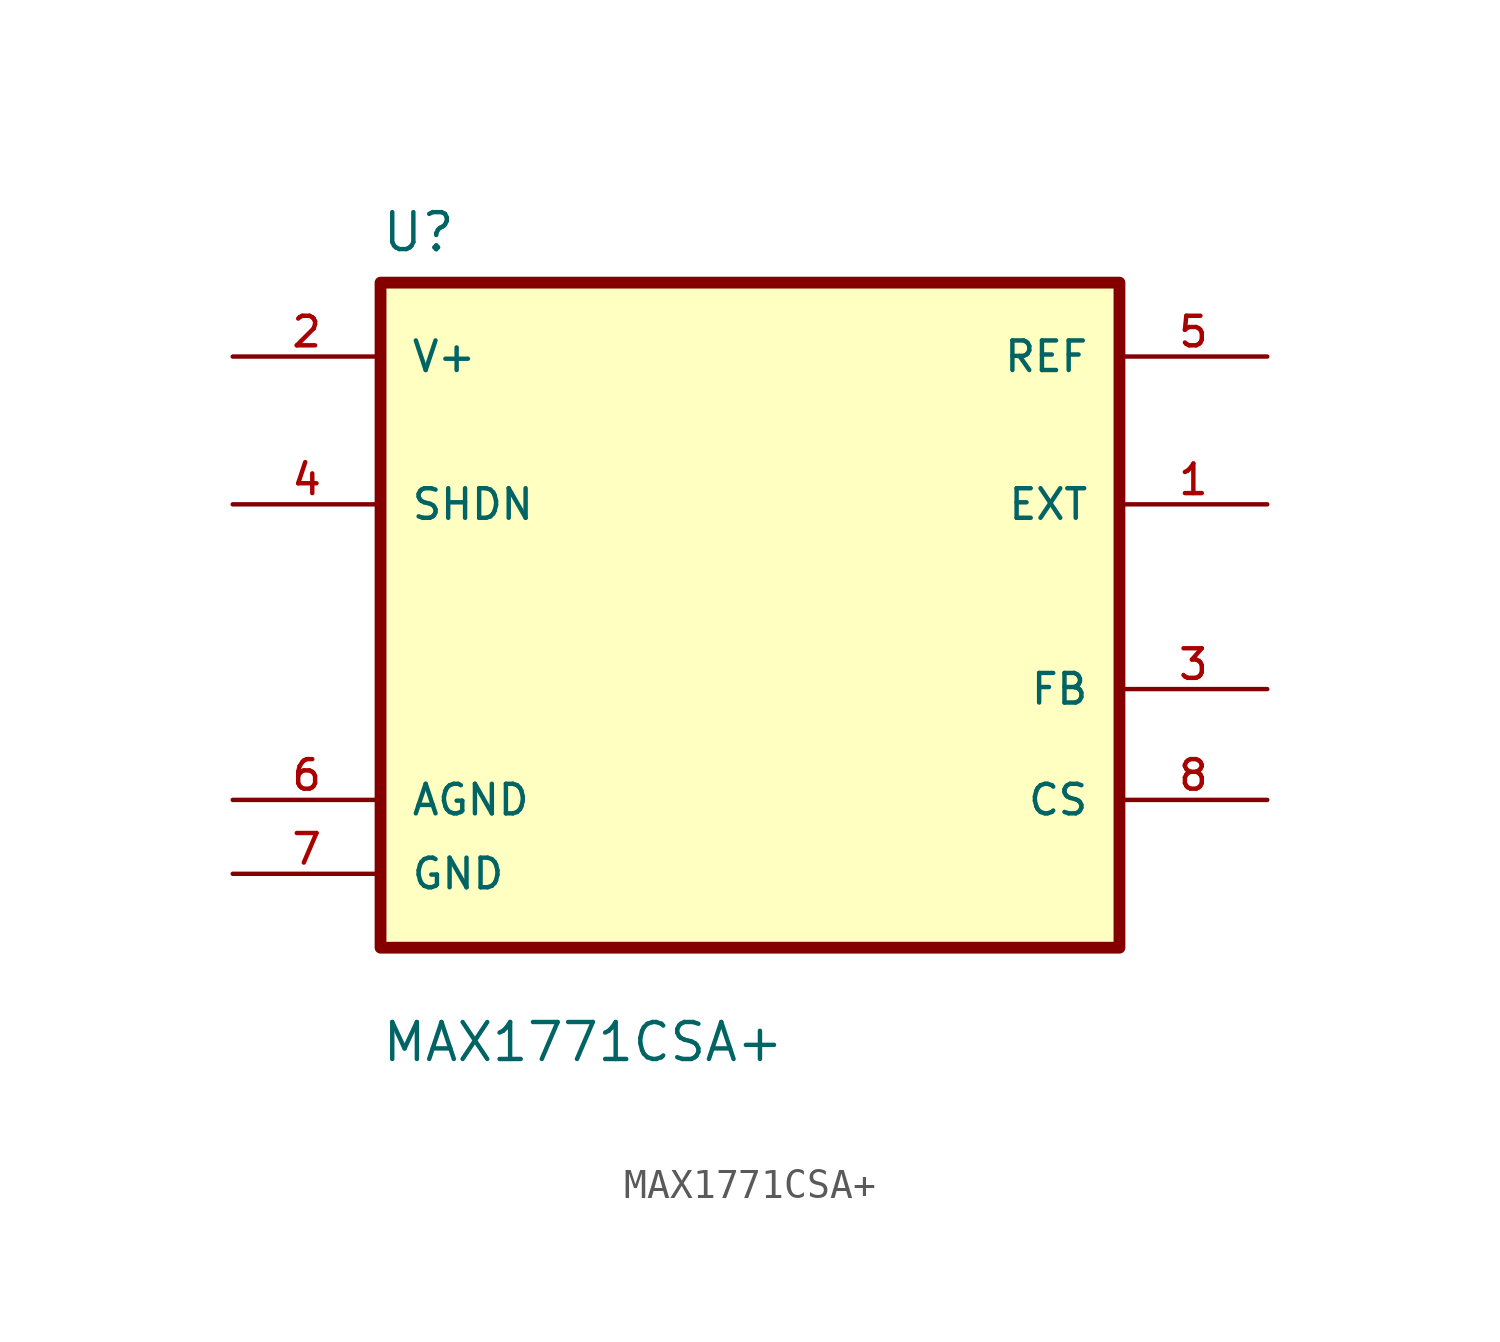
<source format=kicad_sym>
(kicad_symbol_lib
  (version 20201005)
  (generator kicad_symbol_editor)
  (symbol "MAX1771CSA:MAX1771CSA+"
    (pin_names
      (offset 1.016))
    (property "Reference" "U"
      (at -12.7 11.151 0)
      (effects (font (size 1.27 1.27)) (justify left bottom)))
    (property "Value" "MAX1771CSA+"
      (at -12.7 -16.688 0)
      (effects (font (size 1.27 1.27)) (justify left bottom)))
    (property "ki_locked" ""
      (at 0 0 0)
      (effects (font (size 1.27 1.27))))
    (symbol "MAX1771CSA+_0_0"
      (rectangle (start -12.7 -12.7) (end 12.7 10.16) (stroke (width 0.406)) (fill (type background)))
      (pin output line (at 17.78 2.54 180) (length 5.08) (name "EXT" (effects (font (size 1.016 1.016)))) (number "1" (effects (font (size 1.016 1.016)))))
      (pin input line (at -17.78 7.62 0) (length 5.08) (name "V+" (effects (font (size 1.016 1.016)))) (number "2" (effects (font (size 1.016 1.016)))))
      (pin input line (at 17.78 -3.81 180) (length 5.08) (name "FB" (effects (font (size 1.016 1.016)))) (number "3" (effects (font (size 1.016 1.016)))))
      (pin input line (at -17.78 2.54 0) (length 5.08) (name "SHDN" (effects (font (size 1.016 1.016)))) (number "4" (effects (font (size 1.016 1.016)))))
      (pin output line (at 17.78 7.62 180) (length 5.08) (name "REF" (effects (font (size 1.016 1.016)))) (number "5" (effects (font (size 1.016 1.016)))))
      (pin power_in line (at -17.78 -7.62 0) (length 5.08) (name "AGND" (effects (font (size 1.016 1.016)))) (number "6" (effects (font (size 1.016 1.016)))))
      (pin power_in line (at -17.78 -10.16 0) (length 5.08) (name "GND" (effects (font (size 1.016 1.016)))) (number "7" (effects (font (size 1.016 1.016)))))
      (pin input line (at 17.78 -7.62 180) (length 5.08) (name "CS" (effects (font (size 1.016 1.016)))) (number "8" (effects (font (size 1.016 1.016))))))))
</source>
